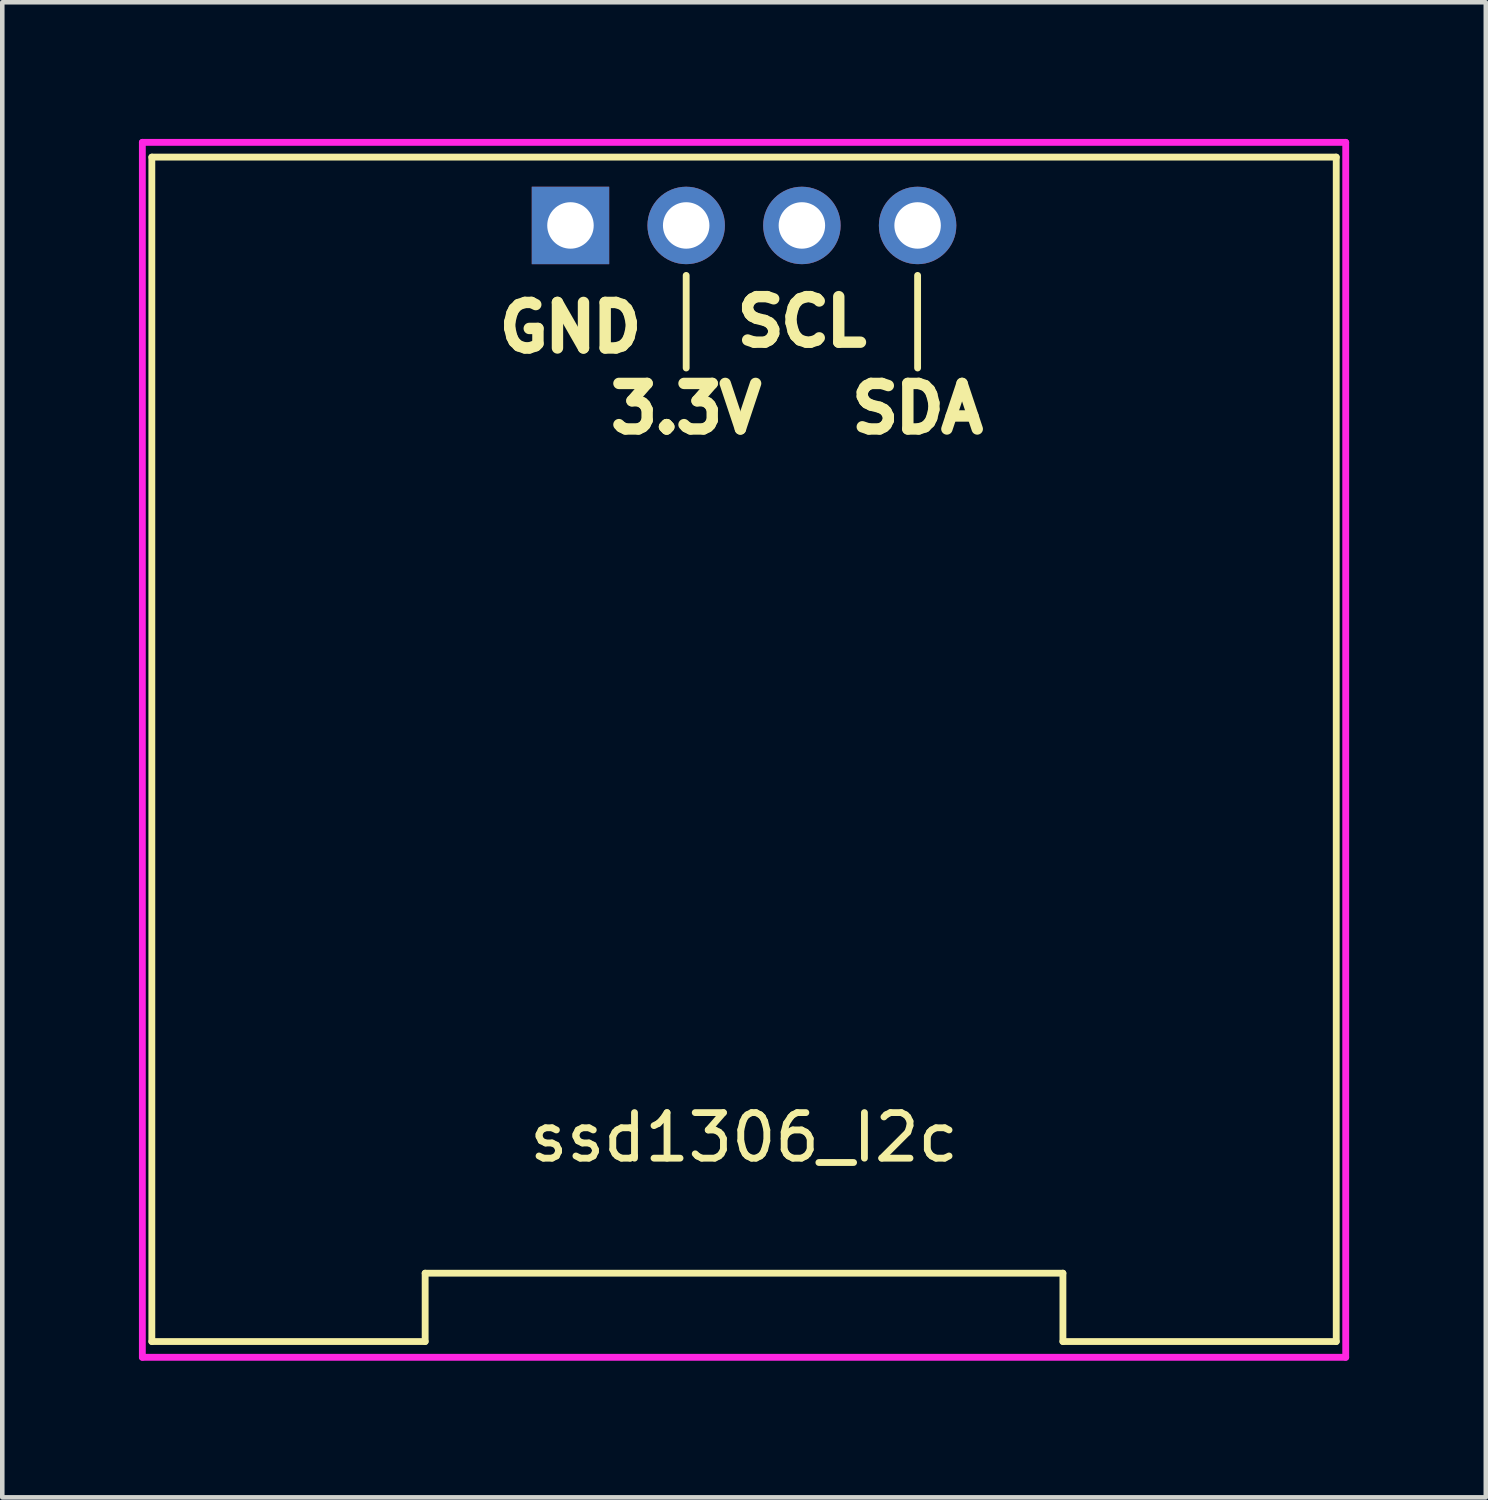
<source format=kicad_pcb>
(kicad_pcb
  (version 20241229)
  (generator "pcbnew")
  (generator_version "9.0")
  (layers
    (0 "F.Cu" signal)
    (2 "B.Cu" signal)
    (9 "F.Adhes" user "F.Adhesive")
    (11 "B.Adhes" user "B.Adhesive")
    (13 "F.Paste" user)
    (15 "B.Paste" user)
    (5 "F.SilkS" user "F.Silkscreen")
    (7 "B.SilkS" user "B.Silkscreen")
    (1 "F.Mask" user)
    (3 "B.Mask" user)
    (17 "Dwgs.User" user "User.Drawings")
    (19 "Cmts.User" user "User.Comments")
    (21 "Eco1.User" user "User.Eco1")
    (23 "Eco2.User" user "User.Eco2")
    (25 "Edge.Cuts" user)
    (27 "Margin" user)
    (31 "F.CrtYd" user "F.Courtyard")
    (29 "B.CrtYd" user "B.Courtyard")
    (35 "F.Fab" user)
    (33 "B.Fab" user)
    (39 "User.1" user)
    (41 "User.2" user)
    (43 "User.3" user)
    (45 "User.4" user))
  (footprint "ssd1306_I2c"
    (layer "F.Cu")
    (at 13.283 14.299)
    (property "Reference" "ssd1306_I2c" (at 0 7.62 0) (layer "F.SilkS") (effects (font (size 1 1) (thickness 0.15))))
    (attr through_hole)
    (fp_line (start -13 -13.9) (end -13 12.1) (stroke (width 0.15) (type solid)) (layer "F.SilkS"))
    (fp_line (start -13 -13.9) (end 13 -13.9) (stroke (width 0.15) (type solid)) (layer "F.SilkS"))
    (fp_line (start -13 12.1) (end -7 12.1) (stroke (width 0.15) (type solid)) (layer "F.SilkS"))
    (fp_line (start -7 10.6) (end -7 12.1) (stroke (width 0.15) (type solid)) (layer "F.SilkS"))
    (fp_line (start -7 10.6) (end 7 10.6) (stroke (width 0.15) (type solid)) (layer "F.SilkS"))
    (fp_line (start -1.27 -9.271) (end -1.27 -11.303) (stroke (width 0.15) (type solid)) (layer "F.SilkS"))
    (fp_line (start 3.81 -9.271) (end 3.81 -11.303) (stroke (width 0.15) (type solid)) (layer "F.SilkS"))
    (fp_line (start 7 10.6) (end 7 12.1) (stroke (width 0.15) (type solid)) (layer "F.SilkS"))
    (fp_line (start 7 12.1) (end 13 12.1) (stroke (width 0.15) (type solid)) (layer "F.SilkS"))
    (fp_line (start 13 -13.9) (end 13 12.1) (stroke (width 0.15) (type solid)) (layer "F.SilkS"))
    (fp_line (start -13.208 -14.224) (end 13.208 -14.224) (stroke (width 0.15) (type solid)) (layer "F.CrtYd"))
    (fp_line (start -13.208 12.446) (end -13.208 -14.224) (stroke (width 0.15) (type solid)) (layer "F.CrtYd"))
    (fp_line (start 13.208 -14.224) (end 13.208 12.446) (stroke (width 0.15) (type solid)) (layer "F.CrtYd"))
    (fp_line (start 13.208 12.446) (end -13.208 12.446) (stroke (width 0.15) (type solid)) (layer "F.CrtYd"))
    (fp_text user "3.3V" (at -1.27 -8.382 0) (layer "F.SilkS") (effects (font (size 1 1) (thickness 0.25))))
    (fp_text user "SCL" (at 1.27 -10.287 0) (layer "F.SilkS") (effects (font (size 1 1) (thickness 0.25))))
    (fp_text user "SDA" (at 3.81 -8.382 0) (layer "F.SilkS") (effects (font (size 1 1) (thickness 0.25))))
    (fp_text user "GND" (at -3.81 -10.16 0) (layer "F.SilkS") (effects (font (size 1 1) (thickness 0.25))))
    (pad "1" thru_hole rect (at -3.81 -12.4) (size 1.7 1.7) (drill 1.02) (layers "*.Cu" "*.Mask"))
    (pad "2" thru_hole circle (at -1.27 -12.4) (size 1.7 1.7) (drill 1.02) (layers "*.Cu" "*.Mask"))
    (pad "3" thru_hole circle (at 1.27 -12.4) (size 1.7 1.7) (drill 1.02) (layers "*.Cu" "*.Mask"))
    (pad "4" thru_hole circle (at 3.81 -12.4) (size 1.7 1.7) (drill 1.02) (layers "*.Cu" "*.Mask")))
  (gr_rect
    (start -3 -3)
    (end 29.566 29.82)
    (stroke (width 0.1) (type default))
    (fill no)
    (layer "Edge.Cuts")))
</source>
